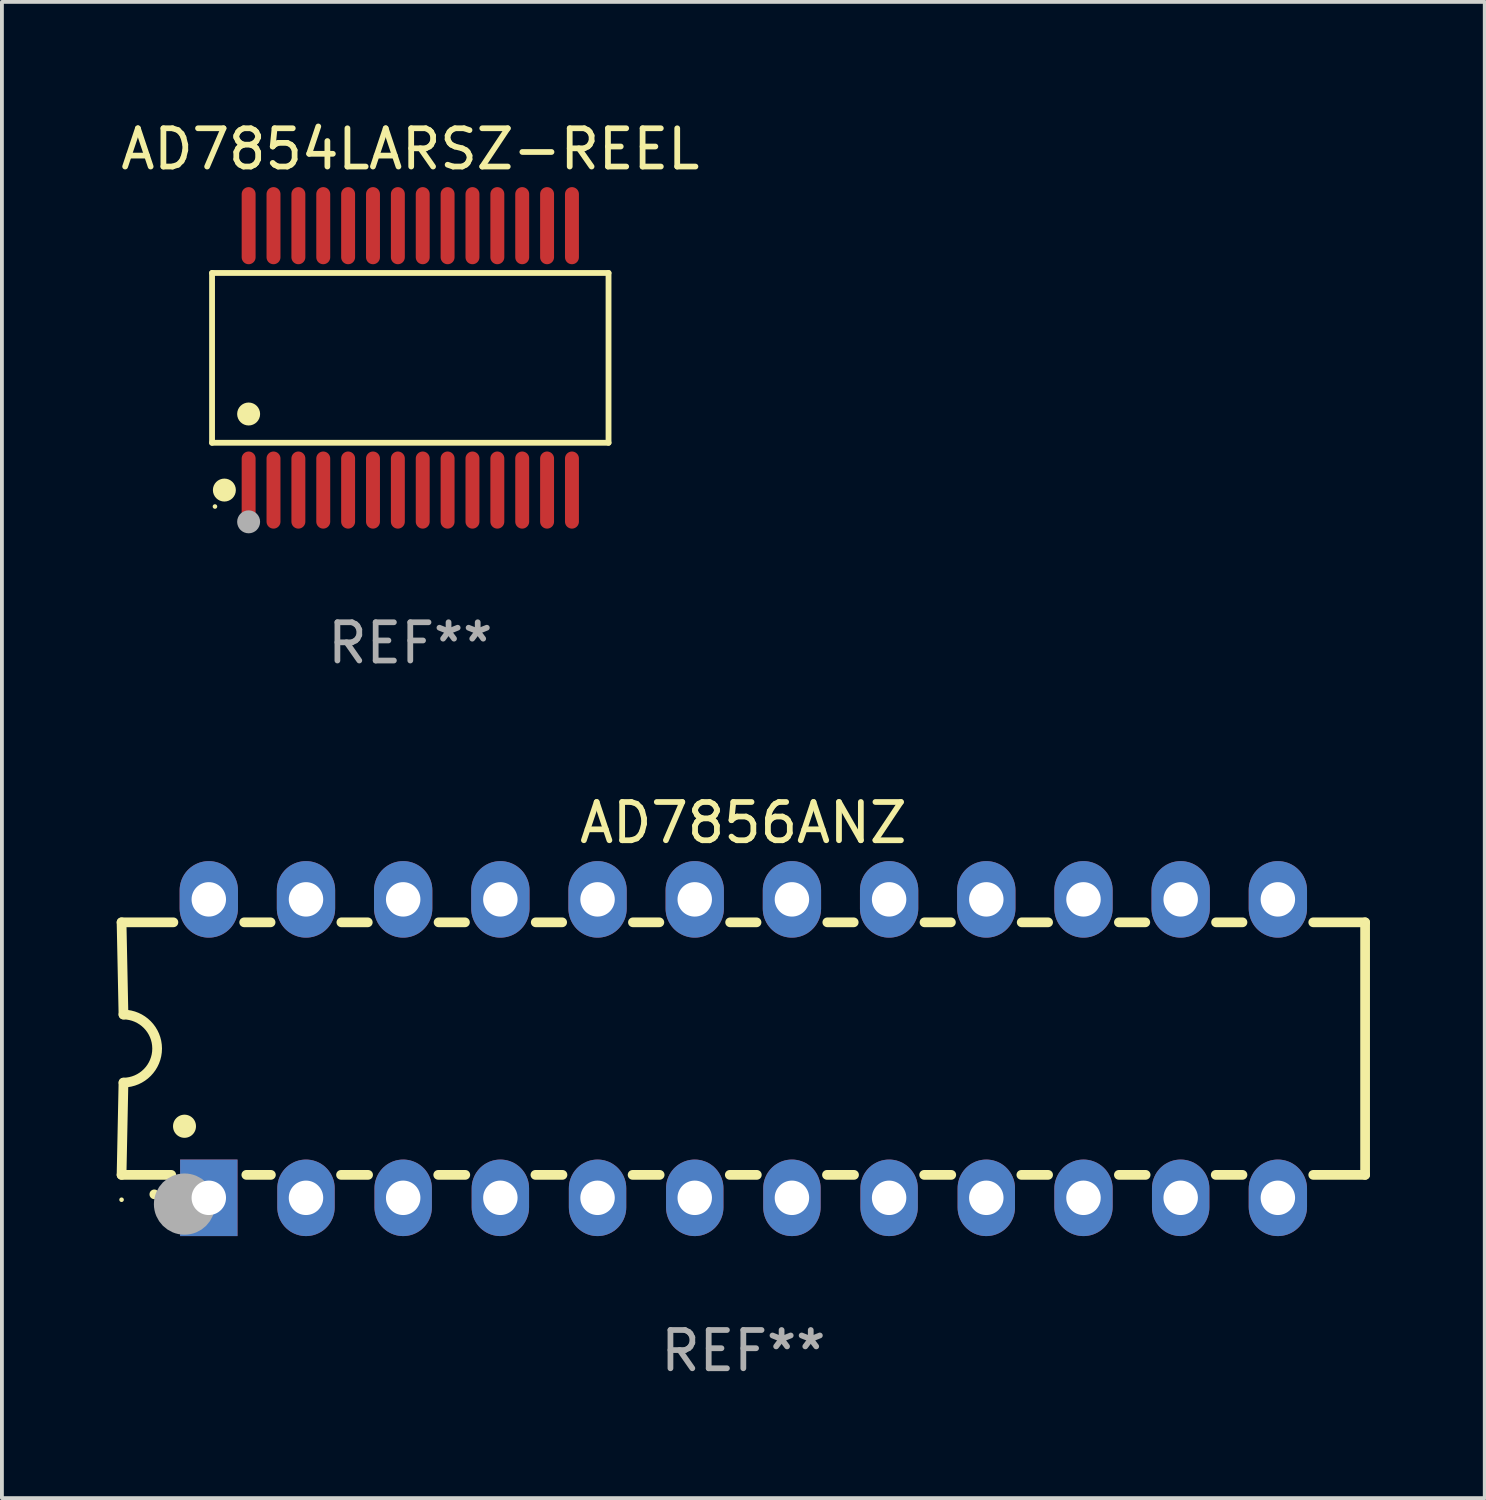
<source format=kicad_pcb>
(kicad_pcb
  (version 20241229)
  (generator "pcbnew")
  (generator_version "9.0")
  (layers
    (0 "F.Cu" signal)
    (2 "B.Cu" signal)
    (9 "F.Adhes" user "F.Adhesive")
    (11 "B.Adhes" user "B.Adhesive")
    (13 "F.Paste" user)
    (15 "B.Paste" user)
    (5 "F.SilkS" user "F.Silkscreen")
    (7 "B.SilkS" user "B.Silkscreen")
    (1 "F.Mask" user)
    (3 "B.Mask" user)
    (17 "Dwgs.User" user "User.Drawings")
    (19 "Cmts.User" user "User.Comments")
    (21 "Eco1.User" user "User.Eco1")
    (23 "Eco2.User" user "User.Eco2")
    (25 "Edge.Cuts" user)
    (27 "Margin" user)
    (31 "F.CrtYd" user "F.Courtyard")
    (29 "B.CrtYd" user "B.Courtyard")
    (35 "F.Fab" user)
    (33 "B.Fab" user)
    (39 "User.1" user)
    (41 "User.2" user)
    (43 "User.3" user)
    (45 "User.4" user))
  (footprint "AD7854LARSZ-REEL"
    (layer "F.Cu")
    (at 7.673 6.303)
    (property "Reference" "AD7854LARSZ-REEL" (at 0 -5.455 0) (layer "F.SilkS") (effects (font (size 1 1) (thickness 0.15))))
    (attr through_hole)
    (fp_line (start -5.181 -2.219) (end 5.181 -2.219) (stroke (width 0.152) (type solid)) (layer "F.SilkS"))
    (fp_line (start -5.181 2.219) (end -5.181 -2.219) (stroke (width 0.152) (type solid)) (layer "F.SilkS"))
    (fp_line (start 5.181 -2.219) (end 5.181 2.219) (stroke (width 0.152) (type solid)) (layer "F.SilkS"))
    (fp_line (start 5.181 2.219) (end -5.181 2.219) (stroke (width 0.152) (type solid)) (layer "F.SilkS"))
    (fp_circle (center -5.105 3.885) (end -5.075 3.885) (stroke (width 0.06) (type solid)) (fill no) (layer "F.SilkS"))
    (fp_circle (center -4.859 3.455) (end -4.709 3.455) (stroke (width 0.3) (type solid)) (fill no) (layer "F.SilkS"))
    (fp_circle (center -4.225 1.467) (end -4.075 1.467) (stroke (width 0.3) (type solid)) (fill no) (layer "F.SilkS"))
    (fp_circle (center -4.225 4.285) (end -4.075 4.285) (stroke (width 0.3) (type solid)) (fill no) (layer "F.Fab"))
    (fp_text user "REF**" (at 0 7.455 0) (layer "F.Fab") (effects (font (size 1 1) (thickness 0.15))))
    (pad "1" smd oval (at -4.225 3.455) (size 0.364 2.015) (layers "F.Cu" "F.Mask" "F.Paste"))
    (pad "2" smd oval (at -3.575 3.455) (size 0.364 2.015) (layers "F.Cu" "F.Mask" "F.Paste"))
    (pad "3" smd oval (at -2.925 3.455) (size 0.364 2.015) (layers "F.Cu" "F.Mask" "F.Paste"))
    (pad "4" smd oval (at -2.275 3.455) (size 0.364 2.015) (layers "F.Cu" "F.Mask" "F.Paste"))
    (pad "5" smd oval (at -1.625 3.455) (size 0.364 2.015) (layers "F.Cu" "F.Mask" "F.Paste"))
    (pad "6" smd oval (at -0.975 3.455) (size 0.364 2.015) (layers "F.Cu" "F.Mask" "F.Paste"))
    (pad "7" smd oval (at -0.325 3.455) (size 0.364 2.015) (layers "F.Cu" "F.Mask" "F.Paste"))
    (pad "8" smd oval (at 0.325 3.455) (size 0.364 2.015) (layers "F.Cu" "F.Mask" "F.Paste"))
    (pad "9" smd oval (at 0.975 3.455) (size 0.364 2.015) (layers "F.Cu" "F.Mask" "F.Paste"))
    (pad "10" smd oval (at 1.625 3.455) (size 0.364 2.015) (layers "F.Cu" "F.Mask" "F.Paste"))
    (pad "11" smd oval (at 2.275 3.455) (size 0.364 2.015) (layers "F.Cu" "F.Mask" "F.Paste"))
    (pad "12" smd oval (at 2.925 3.455) (size 0.364 2.015) (layers "F.Cu" "F.Mask" "F.Paste"))
    (pad "13" smd oval (at 3.575 3.455) (size 0.364 2.015) (layers "F.Cu" "F.Mask" "F.Paste"))
    (pad "14" smd oval (at 4.225 3.455) (size 0.364 2.015) (layers "F.Cu" "F.Mask" "F.Paste"))
    (pad "15" smd oval (at 4.225 -3.455) (size 0.364 2.015) (layers "F.Cu" "F.Mask" "F.Paste"))
    (pad "16" smd oval (at 3.575 -3.455) (size 0.364 2.015) (layers "F.Cu" "F.Mask" "F.Paste"))
    (pad "17" smd oval (at 2.925 -3.455) (size 0.364 2.015) (layers "F.Cu" "F.Mask" "F.Paste"))
    (pad "18" smd oval (at 2.275 -3.455) (size 0.364 2.015) (layers "F.Cu" "F.Mask" "F.Paste"))
    (pad "19" smd oval (at 1.625 -3.455) (size 0.364 2.015) (layers "F.Cu" "F.Mask" "F.Paste"))
    (pad "20" smd oval (at 0.975 -3.455) (size 0.364 2.015) (layers "F.Cu" "F.Mask" "F.Paste"))
    (pad "21" smd oval (at 0.325 -3.455) (size 0.364 2.015) (layers "F.Cu" "F.Mask" "F.Paste"))
    (pad "22" smd oval (at -0.325 -3.455) (size 0.364 2.015) (layers "F.Cu" "F.Mask" "F.Paste"))
    (pad "23" smd oval (at -0.975 -3.455) (size 0.364 2.015) (layers "F.Cu" "F.Mask" "F.Paste"))
    (pad "24" smd oval (at -1.625 -3.455) (size 0.364 2.015) (layers "F.Cu" "F.Mask" "F.Paste"))
    (pad "25" smd oval (at -2.275 -3.455) (size 0.364 2.015) (layers "F.Cu" "F.Mask" "F.Paste"))
    (pad "26" smd oval (at -2.925 -3.455) (size 0.364 2.015) (layers "F.Cu" "F.Mask" "F.Paste"))
    (pad "27" smd oval (at -3.575 -3.455) (size 0.364 2.015) (layers "F.Cu" "F.Mask" "F.Paste"))
    (pad "28" smd oval (at -4.225 -3.455) (size 0.364 2.015) (layers "F.Cu" "F.Mask" "F.Paste")))
  (footprint "AD7856ANZ"
    (layer "F.Cu")
    (at 16.377 24.355)
    (property "Reference" "AD7856ANZ" (at 0 -5.9 0) (layer "F.SilkS") (effects (font (size 1 1) (thickness 0.15))))
    (attr through_hole)
    (fp_line (start -16.25 -3.3) (end -16.2 -0.889) (stroke (width 0.254) (type solid)) (layer "F.SilkS"))
    (fp_line (start -16.25 -3.3) (end -14.895 -3.3) (stroke (width 0.254) (type solid)) (layer "F.SilkS"))
    (fp_line (start -16.25 3.3) (end -16.2 0.889) (stroke (width 0.254) (type solid)) (layer "F.SilkS"))
    (fp_line (start -16.25 3.3) (end -14.951 3.3) (stroke (width 0.254) (type solid)) (layer "F.SilkS"))
    (fp_line (start -13.045 -3.3) (end -12.355 -3.3) (stroke (width 0.254) (type solid)) (layer "F.SilkS"))
    (fp_line (start -12.989 3.3) (end -12.347 3.3) (stroke (width 0.254) (type solid)) (layer "F.SilkS"))
    (fp_line (start -10.514 3.3) (end -9.807 3.3) (stroke (width 0.254) (type solid)) (layer "F.SilkS"))
    (fp_line (start -10.505 -3.3) (end -9.815 -3.3) (stroke (width 0.254) (type solid)) (layer "F.SilkS"))
    (fp_line (start -7.974 3.3) (end -7.267 3.3) (stroke (width 0.254) (type solid)) (layer "F.SilkS"))
    (fp_line (start -7.965 -3.3) (end -7.275 -3.3) (stroke (width 0.254) (type solid)) (layer "F.SilkS"))
    (fp_line (start -5.434 3.3) (end -4.727 3.3) (stroke (width 0.254) (type solid)) (layer "F.SilkS"))
    (fp_line (start -5.425 -3.3) (end -4.735 -3.3) (stroke (width 0.254) (type solid)) (layer "F.SilkS"))
    (fp_line (start -2.894 3.3) (end -2.187 3.3) (stroke (width 0.254) (type solid)) (layer "F.SilkS"))
    (fp_line (start -2.885 -3.3) (end -2.195 -3.3) (stroke (width 0.254) (type solid)) (layer "F.SilkS"))
    (fp_line (start -0.354 3.3) (end 0.353 3.3) (stroke (width 0.254) (type solid)) (layer "F.SilkS"))
    (fp_line (start -0.345 -3.3) (end 0.345 -3.3) (stroke (width 0.254) (type solid)) (layer "F.SilkS"))
    (fp_line (start 2.186 3.3) (end 2.893 3.3) (stroke (width 0.254) (type solid)) (layer "F.SilkS"))
    (fp_line (start 2.195 -3.3) (end 2.885 -3.3) (stroke (width 0.254) (type solid)) (layer "F.SilkS"))
    (fp_line (start 4.726 3.3) (end 5.434 3.3) (stroke (width 0.254) (type solid)) (layer "F.SilkS"))
    (fp_line (start 4.735 -3.3) (end 5.425 -3.3) (stroke (width 0.254) (type solid)) (layer "F.SilkS"))
    (fp_line (start 7.266 3.3) (end 7.965 3.3) (stroke (width 0.254) (type solid)) (layer "F.SilkS"))
    (fp_line (start 7.275 -3.3) (end 7.965 -3.3) (stroke (width 0.254) (type solid)) (layer "F.SilkS"))
    (fp_line (start 9.815 -3.3) (end 10.505 -3.3) (stroke (width 0.254) (type solid)) (layer "F.SilkS"))
    (fp_line (start 9.815 3.3) (end 10.514 3.3) (stroke (width 0.254) (type solid)) (layer "F.SilkS"))
    (fp_line (start 12.346 3.3) (end 13.045 3.3) (stroke (width 0.254) (type solid)) (layer "F.SilkS"))
    (fp_line (start 12.355 -3.3) (end 13.045 -3.3) (stroke (width 0.254) (type solid)) (layer "F.SilkS"))
    (fp_line (start 16.25 -3.3) (end 14.895 -3.3) (stroke (width 0.254) (type solid)) (layer "F.SilkS"))
    (fp_line (start 16.25 -3.3) (end 16.25 3.3) (stroke (width 0.254) (type solid)) (layer "F.SilkS"))
    (fp_line (start 16.25 3.3) (end 14.895 3.3) (stroke (width 0.254) (type solid)) (layer "F.SilkS"))
    (fp_arc (start -16.201016 -0.890146) (mid -15.311429 -0.001055) (end -16.200025 0.889027) (stroke (width 0.254001) (type solid)) (layer "F.SilkS"))
    (fp_arc (start -15.394971 3.810033) (mid -15.394978 3.808763) (end -15.394971 3.807493) (stroke (width 0.25) (type solid)) (layer "F.SilkS"))
    (fp_arc (start -14.605029 2.032029) (mid -14.60504 2.029489) (end -14.605029 2.026949) (stroke (width 0.6) (type solid)) (layer "F.SilkS"))
    (fp_circle (center -16.25 3.95) (end -16.22 3.95) (stroke (width 0.06) (type solid)) (fill no) (layer "F.SilkS"))
    (fp_circle (center -14.605 4.064) (end -14.205 4.064) (stroke (width 0.8) (type solid)) (fill no) (layer "F.Fab"))
    (fp_text user "REF**" (at 0 7.9 0) (layer "F.Fab") (effects (font (size 1 1) (thickness 0.15))))
    (pad "1" thru_hole rect (at -13.97 3.9 90) (size 2 1.5) (drill 0.9) (layers "*.Cu" "*.Mask"))
    (pad "2" thru_hole oval (at -11.43 3.9 90) (size 2 1.5) (drill 0.9) (layers "*.Cu" "*.Mask"))
    (pad "3" thru_hole oval (at -8.89 3.9 90) (size 2 1.5) (drill 0.9) (layers "*.Cu" "*.Mask"))
    (pad "4" thru_hole oval (at -6.35 3.9 90) (size 2 1.5) (drill 0.9) (layers "*.Cu" "*.Mask"))
    (pad "5" thru_hole oval (at -3.81 3.9 90) (size 2 1.5) (drill 0.9) (layers "*.Cu" "*.Mask"))
    (pad "6" thru_hole oval (at -1.27 3.9 90) (size 2 1.5) (drill 0.9) (layers "*.Cu" "*.Mask"))
    (pad "7" thru_hole oval (at 1.27 3.9 90) (size 2 1.5) (drill 0.9) (layers "*.Cu" "*.Mask"))
    (pad "8" thru_hole oval (at 3.81 3.9 90) (size 2 1.5) (drill 0.9) (layers "*.Cu" "*.Mask"))
    (pad "9" thru_hole oval (at 6.35 3.9 90) (size 2 1.5) (drill 0.9) (layers "*.Cu" "*.Mask"))
    (pad "10" thru_hole oval (at 8.89 3.9 90) (size 2 1.524) (drill 0.9) (layers "*.Cu" "*.Mask"))
    (pad "11" thru_hole oval (at 11.43 3.9 90) (size 2 1.5) (drill 0.9) (layers "*.Cu" "*.Mask"))
    (pad "12" thru_hole oval (at 13.97 3.9 90) (size 2 1.524) (drill 0.9) (layers "*.Cu" "*.Mask"))
    (pad "13" thru_hole oval (at 13.97 -3.9 90) (size 2 1.524) (drill 0.9) (layers "*.Cu" "*.Mask"))
    (pad "14" thru_hole oval (at 11.43 -3.9 90) (size 2 1.524) (drill 0.9) (layers "*.Cu" "*.Mask"))
    (pad "15" thru_hole oval (at 8.89 -3.9 90) (size 2 1.524) (drill 0.9) (layers "*.Cu" "*.Mask"))
    (pad "16" thru_hole oval (at 6.35 -3.9 90) (size 2 1.524) (drill 0.9) (layers "*.Cu" "*.Mask"))
    (pad "17" thru_hole oval (at 3.81 -3.9 90) (size 2 1.524) (drill 0.9) (layers "*.Cu" "*.Mask"))
    (pad "18" thru_hole oval (at 1.27 -3.9 90) (size 2 1.524) (drill 0.9) (layers "*.Cu" "*.Mask"))
    (pad "19" thru_hole oval (at -1.27 -3.9 90) (size 2 1.524) (drill 0.9) (layers "*.Cu" "*.Mask"))
    (pad "20" thru_hole oval (at -3.81 -3.9 90) (size 2 1.524) (drill 0.9) (layers "*.Cu" "*.Mask"))
    (pad "21" thru_hole oval (at -6.35 -3.9 90) (size 2 1.524) (drill 0.9) (layers "*.Cu" "*.Mask"))
    (pad "22" thru_hole oval (at -8.89 -3.9 90) (size 2 1.524) (drill 0.9) (layers "*.Cu" "*.Mask"))
    (pad "23" thru_hole oval (at -11.43 -3.9 90) (size 2 1.524) (drill 0.9) (layers "*.Cu" "*.Mask"))
    (pad "24" thru_hole oval (at -13.97 -3.9 90) (size 2 1.524) (drill 0.9) (layers "*.Cu" "*.Mask")))
  (gr_rect
    (start -3 -3)
    (end 35.754 36.103)
    (stroke (width 0.1) (type default))
    (fill no)
    (layer "Edge.Cuts")))
</source>
